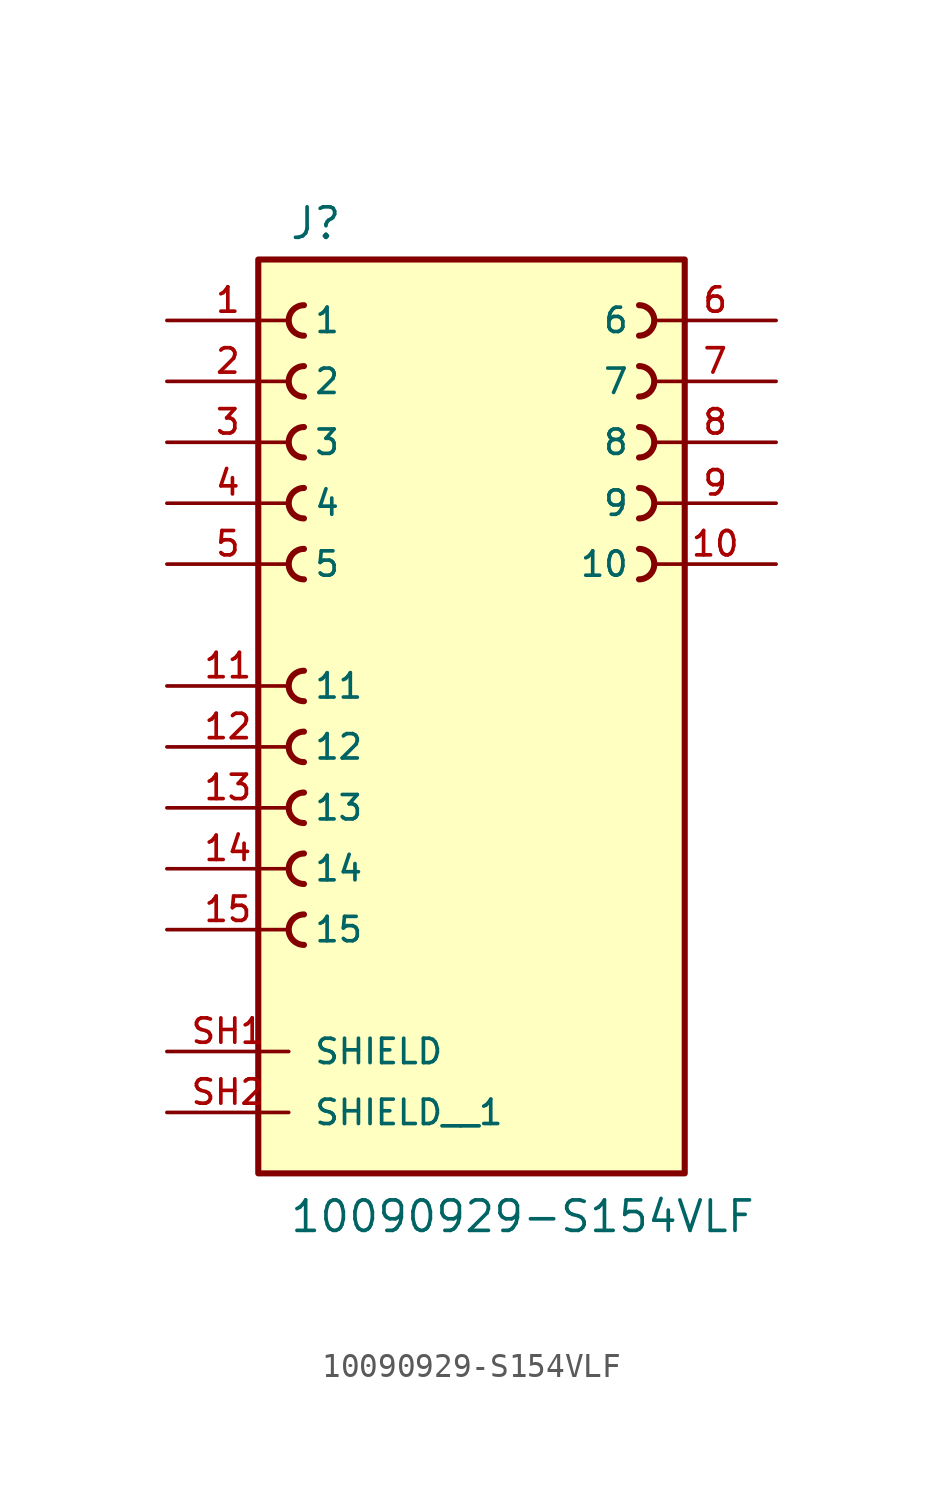
<source format=kicad_sym>
(kicad_symbol_lib
  (version 20211014)
  (generator kicad_symbol_editor)
  (symbol "10090929-S154VLF"
    (pin_names
      (offset 1.016))
    (property "Reference" "J"
      (at -7.62 18.542 0)
      (effects (font (size 1.27 1.27)) (justify bottom left)))
    (property "Value" "10090929-S154VLF"
      (at -7.62 -22.86 0)
      (effects (font (size 1.27 1.27)) (justify bottom left)))
    (symbol "10090929-S154VLF_0_0"
      (arc (start 6.985 10.795) (mid 7.62 10.16) (end 6.985 9.525) (stroke (width 0.254) (type default) (color 0 0 0 0)) (fill (type none)))
      (arc (start 6.985 13.335) (mid 7.62 12.7) (end 6.985 12.065) (stroke (width 0.254) (type default) (color 0 0 0 0)) (fill (type none)))
      (arc (start 6.985 15.875) (mid 7.62 15.24) (end 6.985 14.605) (stroke (width 0.254) (type default) (color 0 0 0 0)) (fill (type none)))
      (arc (start -6.985 5.715) (mid -7.62 5.08) (end -6.985 4.445) (stroke (width 0.254) (type default) (color 0 0 0 0)) (fill (type none)))
      (arc (start -6.985 8.255) (mid -7.62 7.62) (end -6.985 6.985) (stroke (width 0.254) (type default) (color 0 0 0 0)) (fill (type none)))
      (arc (start -6.985 10.795) (mid -7.62 10.16) (end -6.985 9.525) (stroke (width 0.254) (type default) (color 0 0 0 0)) (fill (type none)))
      (arc (start -6.985 13.335) (mid -7.62 12.7) (end -6.985 12.065) (stroke (width 0.254) (type default) (color 0 0 0 0)) (fill (type none)))
      (arc (start -6.985 15.875) (mid -7.62 15.24) (end -6.985 14.605) (stroke (width 0.254) (type default) (color 0 0 0 0)) (fill (type none)))
      (arc (start 6.985 6.985) (mid 7.62 7.62) (end 6.985 8.255) (stroke (width 0.254) (type default) (color 0 0 0 0)) (fill (type none)))
      (arc (start 6.985 4.445) (mid 7.62 5.08) (end 6.985 5.715) (stroke (width 0.254) (type default) (color 0 0 0 0)) (fill (type none)))
      (arc (start -6.985 -0.635) (mid -7.62 0.0) (end -6.985 0.635) (stroke (width 0.254) (type default) (color 0 0 0 0)) (fill (type none)))
      (arc (start -6.985 -3.175) (mid -7.62 -2.54) (end -6.985 -1.905) (stroke (width 0.254) (type default) (color 0 0 0 0)) (fill (type none)))
      (arc (start -6.985 -5.715) (mid -7.62 -5.08) (end -6.985 -4.445) (stroke (width 0.254) (type default) (color 0 0 0 0)) (fill (type none)))
      (arc (start -6.985 -8.255) (mid -7.62 -7.62) (end -6.985 -6.985) (stroke (width 0.254) (type default) (color 0 0 0 0)) (fill (type none)))
      (arc (start -6.985 -10.795) (mid -7.62 -10.16) (end -6.985 -9.525) (stroke (width 0.254) (type default) (color 0 0 0 0)) (fill (type none)))
      (rectangle (start -8.89 -20.32) (end 8.89 17.78) (stroke (width 0.254)) (fill (type background)))
      (pin passive line (at -12.7 15.24 0) (length 5.08) (name "1" (effects (font (size 1.016 1.016)))) (number "1" (effects (font (size 1.016 1.016)))))
      (pin passive line (at -12.7 12.7 0) (length 5.08) (name "2" (effects (font (size 1.016 1.016)))) (number "2" (effects (font (size 1.016 1.016)))))
      (pin passive line (at -12.7 10.16 0) (length 5.08) (name "3" (effects (font (size 1.016 1.016)))) (number "3" (effects (font (size 1.016 1.016)))))
      (pin passive line (at -12.7 7.62 0) (length 5.08) (name "4" (effects (font (size 1.016 1.016)))) (number "4" (effects (font (size 1.016 1.016)))))
      (pin passive line (at -12.7 5.08 0) (length 5.08) (name "5" (effects (font (size 1.016 1.016)))) (number "5" (effects (font (size 1.016 1.016)))))
      (pin passive line (at 12.7 15.24 180.0) (length 5.08) (name "6" (effects (font (size 1.016 1.016)))) (number "6" (effects (font (size 1.016 1.016)))))
      (pin passive line (at 12.7 12.7 180.0) (length 5.08) (name "7" (effects (font (size 1.016 1.016)))) (number "7" (effects (font (size 1.016 1.016)))))
      (pin passive line (at 12.7 10.16 180.0) (length 5.08) (name "8" (effects (font (size 1.016 1.016)))) (number "8" (effects (font (size 1.016 1.016)))))
      (pin passive line (at 12.7 7.62 180.0) (length 5.08) (name "9" (effects (font (size 1.016 1.016)))) (number "9" (effects (font (size 1.016 1.016)))))
      (pin passive line (at 12.7 5.08 180.0) (length 5.08) (name "10" (effects (font (size 1.016 1.016)))) (number "10" (effects (font (size 1.016 1.016)))))
      (pin passive line (at -12.7 0.0 0) (length 5.08) (name "11" (effects (font (size 1.016 1.016)))) (number "11" (effects (font (size 1.016 1.016)))))
      (pin passive line (at -12.7 -2.54 0) (length 5.08) (name "12" (effects (font (size 1.016 1.016)))) (number "12" (effects (font (size 1.016 1.016)))))
      (pin passive line (at -12.7 -5.08 0) (length 5.08) (name "13" (effects (font (size 1.016 1.016)))) (number "13" (effects (font (size 1.016 1.016)))))
      (pin passive line (at -12.7 -7.62 0) (length 5.08) (name "14" (effects (font (size 1.016 1.016)))) (number "14" (effects (font (size 1.016 1.016)))))
      (pin passive line (at -12.7 -10.16 0) (length 5.08) (name "15" (effects (font (size 1.016 1.016)))) (number "15" (effects (font (size 1.016 1.016)))))
      (pin passive line (at -12.7 -15.24 0) (length 5.08) (name "SHIELD" (effects (font (size 1.016 1.016)))) (number "SH1" (effects (font (size 1.016 1.016)))))
      (pin passive line (at -12.7 -17.78 0) (length 5.08) (name "SHIELD__1" (effects (font (size 1.016 1.016)))) (number "SH2" (effects (font (size 1.016 1.016))))))))
</source>
